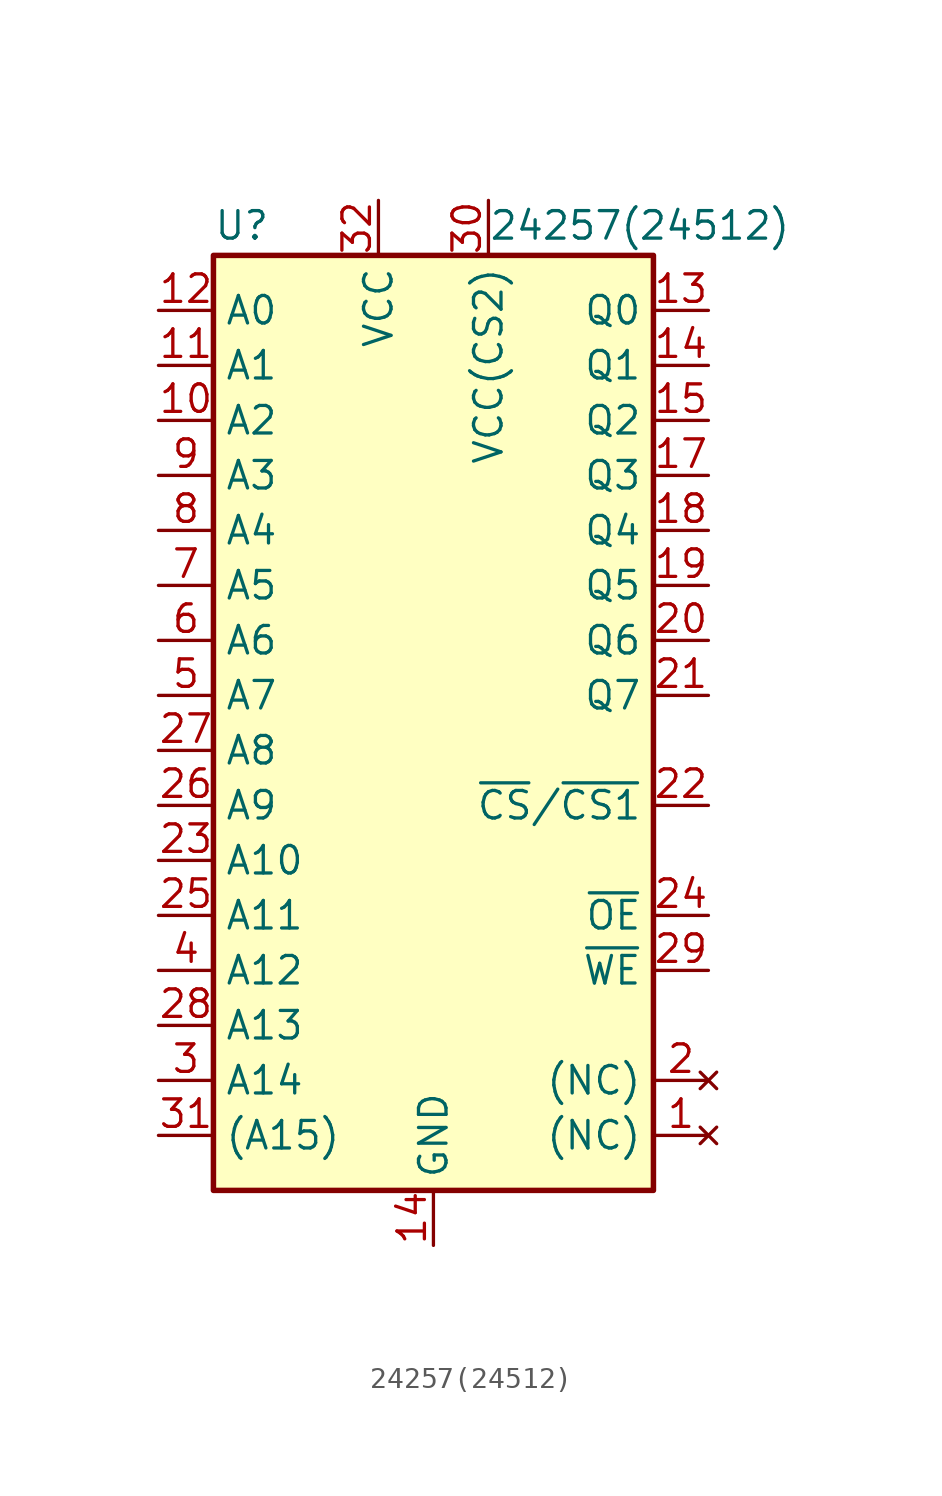
<source format=kicad_sym>
(kicad_symbol_lib
  (version 20231120)
  (generator "kicad_symbol_editor")
  (generator_version "8.0")
  (symbol "24257(24512)"
    (property "Reference" "U"
      (at -10.16 20.955 0)
      (effects (font (size 1.27 1.27)) (justify left bottom)))
    (property "Value" "24257(24512)"
      (at 2.54 20.955 0)
      (effects (font (size 1.27 1.27)) (justify left bottom)))
    (symbol "24257(24512)_0_0"
      (pin power_in line (at 0 -25.4 90) (length 2.54) (name "GND" (effects (font (size 1.27 1.27)))) (number "14" (effects (font (size 1.27 1.27))))))
    (symbol "24257(24512)_0_1"
      (rectangle (start -10.16 20.32) (end 10.16 -22.86) (stroke (width 0.254) (type default)) (fill (type background))))
    (symbol "24257(24512)_1_0"
      (pin power_in line (at 2.54 22.86 270) (length 2.54) (name "VCC(CS2)" (effects (font (size 1.27 1.27)))) (number "30" (effects (font (size 1.27 1.27)))))
      (pin power_in line (at -2.54 22.86 270) (length 2.54) (name "VCC" (effects (font (size 1.27 1.27)))) (number "32" (effects (font (size 1.27 1.27))))))
    (symbol "24257(24512)_1_1"
      (pin no_connect line (at 12.7 -20.32 180) (length 2.54) (name "(NC)" (effects (font (size 1.27 1.27)))) (number "1" (effects (font (size 1.27 1.27)))))
      (pin input line (at -12.7 12.7 0) (length 2.54) (name "A2" (effects (font (size 1.27 1.27)))) (number "10" (effects (font (size 1.27 1.27)))))
      (pin input line (at -12.7 15.24 0) (length 2.54) (name "A1" (effects (font (size 1.27 1.27)))) (number "11" (effects (font (size 1.27 1.27)))))
      (pin input line (at -12.7 17.78 0) (length 2.54) (name "A0" (effects (font (size 1.27 1.27)))) (number "12" (effects (font (size 1.27 1.27)))))
      (pin tri_state line (at 12.7 17.78 180) (length 2.54) (name "Q0" (effects (font (size 1.27 1.27)))) (number "13" (effects (font (size 1.27 1.27)))))
      (pin tri_state line (at 12.7 15.24 180) (length 2.54) (name "Q1" (effects (font (size 1.27 1.27)))) (number "14" (effects (font (size 1.27 1.27)))))
      (pin tri_state line (at 12.7 12.7 180) (length 2.54) (name "Q2" (effects (font (size 1.27 1.27)))) (number "15" (effects (font (size 1.27 1.27)))))
      (pin tri_state line (at 12.7 10.16 180) (length 2.54) (name "Q3" (effects (font (size 1.27 1.27)))) (number "17" (effects (font (size 1.27 1.27)))))
      (pin tri_state line (at 12.7 7.62 180) (length 2.54) (name "Q4" (effects (font (size 1.27 1.27)))) (number "18" (effects (font (size 1.27 1.27)))))
      (pin tri_state line (at 12.7 5.08 180) (length 2.54) (name "Q5" (effects (font (size 1.27 1.27)))) (number "19" (effects (font (size 1.27 1.27)))))
      (pin no_connect line (at 12.7 -17.78 180) (length 2.54) (name "(NC)" (effects (font (size 1.27 1.27)))) (number "2" (effects (font (size 1.27 1.27)))))
      (pin tri_state line (at 12.7 2.54 180) (length 2.54) (name "Q6" (effects (font (size 1.27 1.27)))) (number "20" (effects (font (size 1.27 1.27)))))
      (pin tri_state line (at 12.7 0 180) (length 2.54) (name "Q7" (effects (font (size 1.27 1.27)))) (number "21" (effects (font (size 1.27 1.27)))))
      (pin input line (at 12.7 -5.08 180) (length 2.54) (name "~{CS}/~{CS1}" (effects (font (size 1.27 1.27)))) (number "22" (effects (font (size 1.27 1.27)))))
      (pin input line (at -12.7 -7.62 0) (length 2.54) (name "A10" (effects (font (size 1.27 1.27)))) (number "23" (effects (font (size 1.27 1.27)))))
      (pin input line (at 12.7 -10.16 180) (length 2.54) (name "~{OE}" (effects (font (size 1.27 1.27)))) (number "24" (effects (font (size 1.27 1.27)))))
      (pin input line (at -12.7 -10.16 0) (length 2.54) (name "A11" (effects (font (size 1.27 1.27)))) (number "25" (effects (font (size 1.27 1.27)))))
      (pin input line (at -12.7 -5.08 0) (length 2.54) (name "A9" (effects (font (size 1.27 1.27)))) (number "26" (effects (font (size 1.27 1.27)))))
      (pin input line (at -12.7 -2.54 0) (length 2.54) (name "A8" (effects (font (size 1.27 1.27)))) (number "27" (effects (font (size 1.27 1.27)))))
      (pin input line (at -12.7 -15.24 0) (length 2.54) (name "A13" (effects (font (size 1.27 1.27)))) (number "28" (effects (font (size 1.27 1.27)))))
      (pin input line (at 12.7 -12.7 180) (length 2.54) (name "~{WE}" (effects (font (size 1.27 1.27)))) (number "29" (effects (font (size 1.27 1.27)))))
      (pin input line (at -12.7 -17.78 0) (length 2.54) (name "A14" (effects (font (size 1.27 1.27)))) (number "3" (effects (font (size 1.27 1.27)))))
      (pin input line (at -12.7 -20.32 0) (length 2.54) (name "(A15)" (effects (font (size 1.27 1.27)))) (number "31" (effects (font (size 1.27 1.27)))))
      (pin input line (at -12.7 -12.7 0) (length 2.54) (name "A12" (effects (font (size 1.27 1.27)))) (number "4" (effects (font (size 1.27 1.27)))))
      (pin input line (at -12.7 0 0) (length 2.54) (name "A7" (effects (font (size 1.27 1.27)))) (number "5" (effects (font (size 1.27 1.27)))))
      (pin input line (at -12.7 2.54 0) (length 2.54) (name "A6" (effects (font (size 1.27 1.27)))) (number "6" (effects (font (size 1.27 1.27)))))
      (pin input line (at -12.7 5.08 0) (length 2.54) (name "A5" (effects (font (size 1.27 1.27)))) (number "7" (effects (font (size 1.27 1.27)))))
      (pin input line (at -12.7 7.62 0) (length 2.54) (name "A4" (effects (font (size 1.27 1.27)))) (number "8" (effects (font (size 1.27 1.27)))))
      (pin input line (at -12.7 10.16 0) (length 2.54) (name "A3" (effects (font (size 1.27 1.27)))) (number "9" (effects (font (size 1.27 1.27))))))))
</source>
